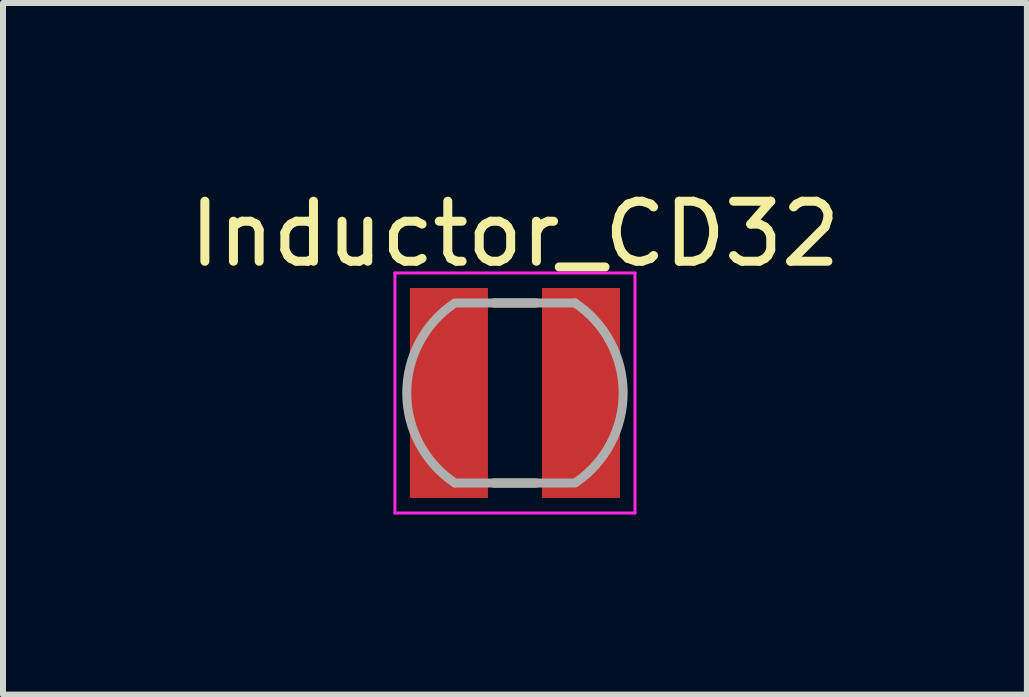
<source format=kicad_pcb>
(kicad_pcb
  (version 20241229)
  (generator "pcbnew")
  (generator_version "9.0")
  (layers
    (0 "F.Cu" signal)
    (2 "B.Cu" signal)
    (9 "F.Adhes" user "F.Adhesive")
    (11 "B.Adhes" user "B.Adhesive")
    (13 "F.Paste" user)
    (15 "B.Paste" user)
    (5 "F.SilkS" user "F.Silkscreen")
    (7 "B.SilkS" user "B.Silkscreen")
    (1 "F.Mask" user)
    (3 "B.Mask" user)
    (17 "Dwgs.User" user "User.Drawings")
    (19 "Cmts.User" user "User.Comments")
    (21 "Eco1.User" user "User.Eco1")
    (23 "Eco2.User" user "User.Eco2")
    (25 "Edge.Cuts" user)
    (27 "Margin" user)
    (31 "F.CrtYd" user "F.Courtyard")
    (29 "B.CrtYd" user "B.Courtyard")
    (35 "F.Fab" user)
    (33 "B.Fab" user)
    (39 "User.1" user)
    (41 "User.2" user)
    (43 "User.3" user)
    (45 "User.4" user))
  (footprint "Inductor_CD32"
    (layer "F.Cu")
    (at 5.53 3.498)
    (property "Reference" "Inductor_CD32" (at 0 -2.65 180) (layer "F.SilkS") (effects (font (size 1 1) (thickness 0.15))))
    (attr smd)
    (fp_line (start -0.35 -1.5) (end 0.35 -1.5) (stroke (width 0.15) (type solid)) (layer "F.SilkS"))
    (fp_line (start -0.35 1.5) (end 0.35 1.5) (stroke (width 0.15) (type solid)) (layer "F.SilkS"))
    (fp_line (start -2 -2) (end 2 -2) (stroke (width 0.05) (type solid)) (layer "F.CrtYd"))
    (fp_line (start -2 2) (end -2 -2) (stroke (width 0.05) (type solid)) (layer "F.CrtYd"))
    (fp_line (start 2 -2) (end 2 2) (stroke (width 0.05) (type solid)) (layer "F.CrtYd"))
    (fp_line (start 2 2) (end -2 2) (stroke (width 0.05) (type solid)) (layer "F.CrtYd"))
    (fp_line (start -1 1.5) (end 1 1.5) (stroke (width 0.15) (type solid)) (layer "F.Fab"))
    (fp_line (start 1 -1.5) (end -1 -1.5) (stroke (width 0.15) (type solid)) (layer "F.Fab"))
    (fp_arc (start -1 1.5) (mid -1.802749 0.009752) (end -1.016169 -1.489094) (stroke (width 0.15) (type solid)) (layer "F.Fab"))
    (fp_arc (start 1 -1.5) (mid 1.802749 -0.009752) (end 1.016169 1.489094) (stroke (width 0.15) (type solid)) (layer "F.Fab"))
    (pad "1" smd rect (at -1.1 0 90) (size 3.5 1.3) (layers "F.Cu" "F.Mask" "F.Paste"))
    (pad "2" smd rect (at 1.1 0 90) (size 3.5 1.3) (layers "F.Cu" "F.Mask" "F.Paste")))
  (gr_rect
    (start -3 -3)
    (end 14.06 8.523)
    (stroke (width 0.1) (type default))
    (fill no)
    (layer "Edge.Cuts")))
</source>
